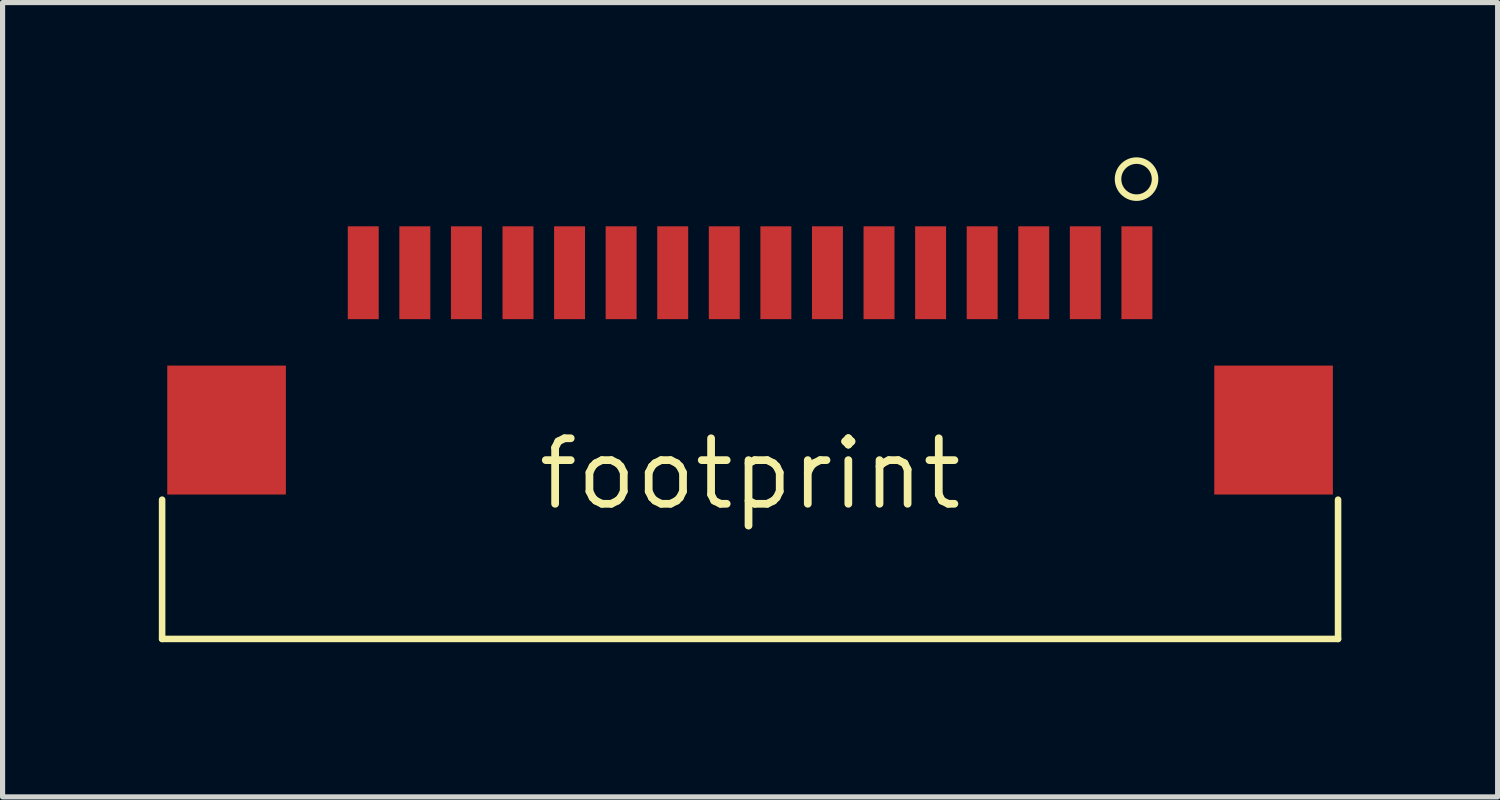
<source format=kicad_pcb>
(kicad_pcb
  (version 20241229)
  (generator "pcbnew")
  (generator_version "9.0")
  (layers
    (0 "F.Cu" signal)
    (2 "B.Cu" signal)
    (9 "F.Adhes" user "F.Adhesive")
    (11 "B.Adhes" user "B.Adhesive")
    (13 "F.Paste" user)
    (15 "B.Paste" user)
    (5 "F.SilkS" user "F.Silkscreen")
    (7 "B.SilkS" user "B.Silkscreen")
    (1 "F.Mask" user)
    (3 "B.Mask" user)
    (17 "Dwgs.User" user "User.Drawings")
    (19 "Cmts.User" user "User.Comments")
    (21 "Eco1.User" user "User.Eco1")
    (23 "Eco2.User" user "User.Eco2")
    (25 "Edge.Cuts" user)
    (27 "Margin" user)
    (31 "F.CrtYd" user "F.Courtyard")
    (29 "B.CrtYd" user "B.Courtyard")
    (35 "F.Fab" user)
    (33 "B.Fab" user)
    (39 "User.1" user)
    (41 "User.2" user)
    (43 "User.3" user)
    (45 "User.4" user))
  (footprint "footprint"
    (layer "F.Cu")
    (at 11.493 6.138)
    (property "Reference" "footprint" (at 0 0 0) (layer "F.SilkS") (effects (font (size 1.27 1.27) (thickness 0.15))))
    (fp_poly (pts (xy -11.3 0.4) (xy -9 0.4) (xy -9 -2.1) (xy -11.3 -2.1)) (stroke (width 0) (type solid)) (fill yes) (layer "F.Cu"))
    (fp_poly (pts (xy 9 0.4) (xy 11.3 0.4) (xy 11.3 -2.1) (xy 9 -2.1)) (stroke (width 0) (type solid)) (fill yes) (layer "F.Cu"))
    (fp_poly (pts (xy -8.826 0.572) (xy -11.493 0.572) (xy -11.493 -2.349) (xy -8.826 -2.349)) (stroke (width 0) (type solid)) (fill yes) (layer "F.Mask"))
    (fp_poly (pts (xy 11.493 0.572) (xy 8.826 0.572) (xy 8.826 -2.349) (xy 11.493 -2.349)) (stroke (width 0) (type solid)) (fill yes) (layer "F.Mask"))
    (fp_line (start -11.4 3.2) (end -11.4 0.5) (stroke (width 0.127) (type solid)) (layer "F.SilkS"))
    (fp_line (start -11.4 3.2) (end 11.4 3.2) (stroke (width 0.127) (type solid)) (layer "F.SilkS"))
    (fp_line (start 11.4 3.2) (end 11.4 0.5) (stroke (width 0.127) (type solid)) (layer "F.SilkS"))
    (fp_circle (center 7.493 -5.715) (end 7.852 -5.715) (stroke (width 0.127) (type solid)) (fill no) (layer "F.SilkS"))
    (fp_poly (pts (xy -9.004 0.394) (xy -11.316 0.394) (xy -11.316 -2.172) (xy -9.004 -2.172)) (stroke (width 0) (type solid)) (fill yes) (layer "F.Paste"))
    (fp_poly (pts (xy 11.316 0.394) (xy 9.004 0.394) (xy 9.004 -2.172) (xy 11.316 -2.172)) (stroke (width 0) (type solid)) (fill yes) (layer "F.Paste"))
    (pad "1" smd rect (at 7.5 -3.9) (size 0.6 1.8) (layers "F.Cu" "F.Mask" "F.Paste"))
    (pad "2" smd rect (at 6.5 -3.9) (size 0.6 1.8) (layers "F.Cu" "F.Mask" "F.Paste"))
    (pad "3" smd rect (at 5.5 -3.9) (size 0.6 1.8) (layers "F.Cu" "F.Mask" "F.Paste"))
    (pad "4" smd rect (at 4.5 -3.9) (size 0.6 1.8) (layers "F.Cu" "F.Mask" "F.Paste"))
    (pad "5" smd rect (at 3.5 -3.9) (size 0.6 1.8) (layers "F.Cu" "F.Mask" "F.Paste"))
    (pad "6" smd rect (at 2.5 -3.9) (size 0.6 1.8) (layers "F.Cu" "F.Mask" "F.Paste"))
    (pad "7" smd rect (at 1.5 -3.9) (size 0.6 1.8) (layers "F.Cu" "F.Mask" "F.Paste"))
    (pad "8" smd rect (at 0.5 -3.9) (size 0.6 1.8) (layers "F.Cu" "F.Mask" "F.Paste"))
    (pad "9" smd rect (at -0.5 -3.9) (size 0.6 1.8) (layers "F.Cu" "F.Mask" "F.Paste"))
    (pad "10" smd rect (at -1.5 -3.9) (size 0.6 1.8) (layers "F.Cu" "F.Mask" "F.Paste"))
    (pad "11" smd rect (at -2.5 -3.9) (size 0.6 1.8) (layers "F.Cu" "F.Mask" "F.Paste"))
    (pad "12" smd rect (at -3.5 -3.9) (size 0.6 1.8) (layers "F.Cu" "F.Mask" "F.Paste"))
    (pad "13" smd rect (at -4.5 -3.9) (size 0.6 1.8) (layers "F.Cu" "F.Mask" "F.Paste"))
    (pad "14" smd rect (at -5.5 -3.9) (size 0.6 1.8) (layers "F.Cu" "F.Mask" "F.Paste"))
    (pad "15" smd rect (at -6.5 -3.9) (size 0.6 1.8) (layers "F.Cu" "F.Mask" "F.Paste"))
    (pad "16" smd rect (at -7.5 -3.9) (size 0.6 1.8) (layers "F.Cu" "F.Mask" "F.Paste")))
  (gr_rect
    (start -3 -3)
    (end 25.987 12.401)
    (stroke (width 0.1) (type default))
    (fill no)
    (layer "Edge.Cuts")))
</source>
